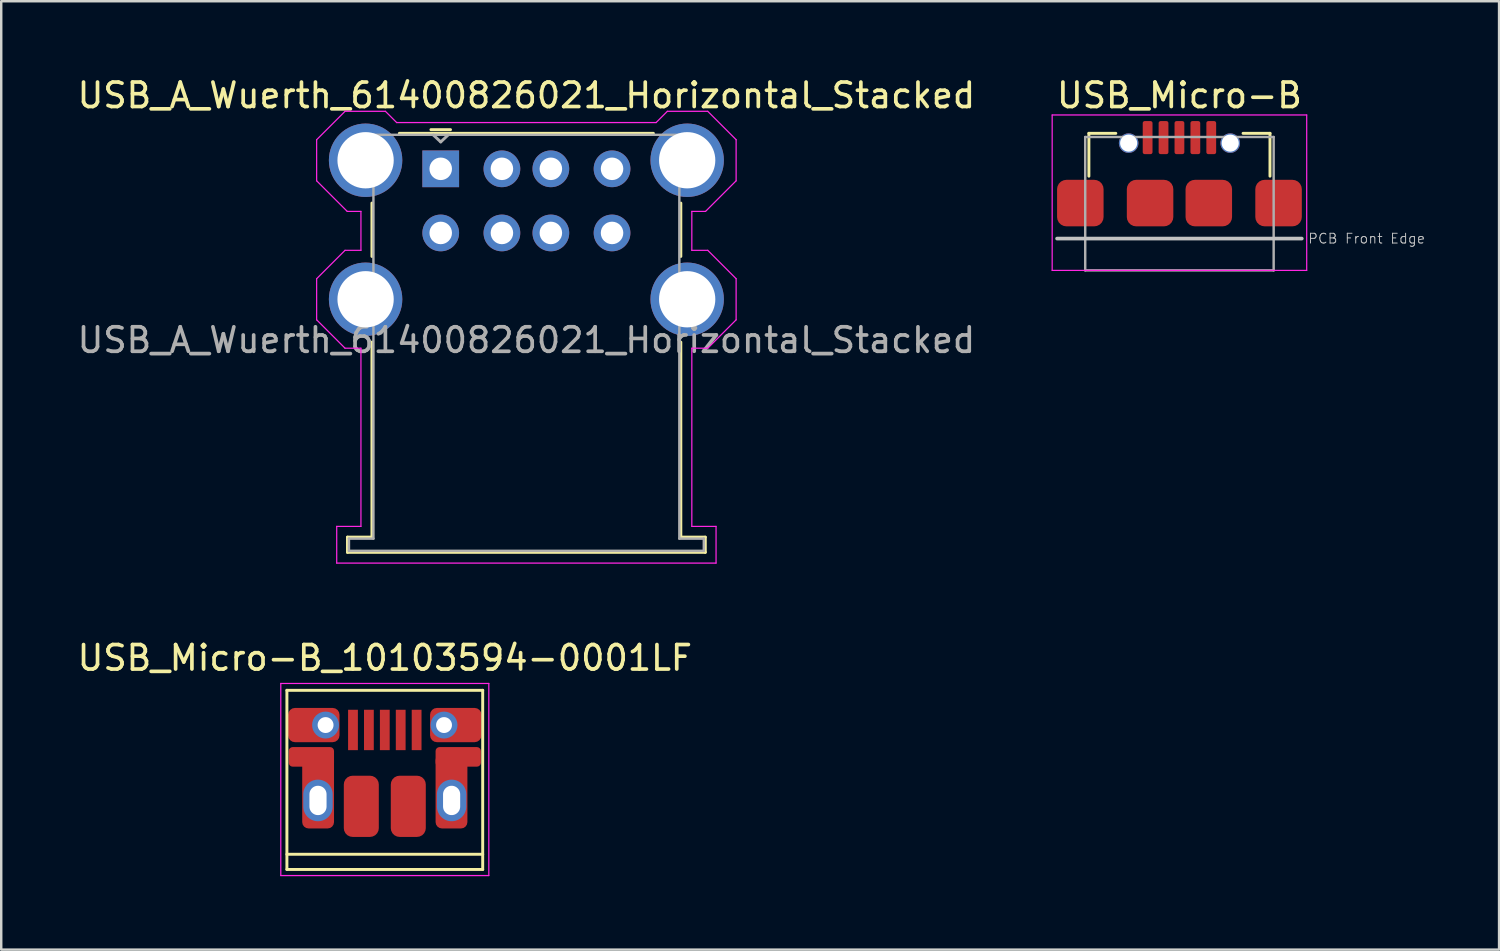
<source format=kicad_pcb>
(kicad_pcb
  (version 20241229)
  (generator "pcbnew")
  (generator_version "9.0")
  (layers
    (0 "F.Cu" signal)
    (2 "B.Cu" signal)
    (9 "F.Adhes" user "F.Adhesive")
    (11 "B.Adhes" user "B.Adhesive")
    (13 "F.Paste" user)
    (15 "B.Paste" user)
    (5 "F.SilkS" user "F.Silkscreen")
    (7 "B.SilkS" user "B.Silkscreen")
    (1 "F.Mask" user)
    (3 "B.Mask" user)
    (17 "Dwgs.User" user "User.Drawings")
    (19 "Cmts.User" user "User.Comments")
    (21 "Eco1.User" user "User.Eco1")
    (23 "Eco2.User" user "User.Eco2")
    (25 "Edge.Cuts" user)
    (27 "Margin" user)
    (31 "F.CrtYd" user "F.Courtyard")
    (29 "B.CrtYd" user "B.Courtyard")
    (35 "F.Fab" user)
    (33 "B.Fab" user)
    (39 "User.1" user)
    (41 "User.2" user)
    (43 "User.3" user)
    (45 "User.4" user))
  (footprint "USB_Micro-B"
    (layer "F.Cu")
    (at 45.142 5.248)
    (property "Reference" "USB_Micro-B" (at 0 -4.4 0) (layer "F.SilkS") (effects (font (size 1 1) (thickness 0.15))))
    (attr smd)
    (fp_line (start -3.7 -2.85) (end -2.6 -2.85) (stroke (width 0.12) (type solid)) (layer "F.SilkS"))
    (fp_line (start -3.7 -1.1) (end -3.7 -2.85) (stroke (width 0.12) (type solid)) (layer "F.SilkS"))
    (fp_line (start 3.7 -2.85) (end 2.6 -2.85) (stroke (width 0.12) (type solid)) (layer "F.SilkS"))
    (fp_line (start 3.7 -2.85) (end 3.7 -1.1) (stroke (width 0.12) (type solid)) (layer "F.SilkS"))
    (fp_line (start -5 1.45) (end 5 1.45) (stroke (width 0.15) (type solid)) (layer "Dwgs.User"))
    (fp_line (start -5.2 -3.6) (end 5.2 -3.6) (stroke (width 0.05) (type solid)) (layer "F.CrtYd"))
    (fp_line (start -5.2 2.75) (end -5.2 -3.6) (stroke (width 0.05) (type solid)) (layer "F.CrtYd"))
    (fp_line (start 5.2 -3.6) (end 5.2 2.75) (stroke (width 0.05) (type solid)) (layer "F.CrtYd"))
    (fp_line (start 5.2 2.75) (end -5.2 2.75) (stroke (width 0.05) (type solid)) (layer "F.CrtYd"))
    (fp_line (start -3.85 -2.7) (end 3.85 -2.7) (stroke (width 0.1) (type solid)) (layer "F.Fab"))
    (fp_line (start -3.85 2.75) (end -3.85 -2.7) (stroke (width 0.1) (type solid)) (layer "F.Fab"))
    (fp_line (start 3.85 -2.7) (end 3.85 2.75) (stroke (width 0.1) (type solid)) (layer "F.Fab"))
    (fp_line (start 3.85 2.75) (end -3.85 2.75) (stroke (width 0.1) (type solid)) (layer "F.Fab"))
    (fp_text user "PCB Front Edge" (at 7.65 1.45 180) (layer "Dwgs.User") (effects (font (size 0.4 0.4) (thickness 0.04))))
    (pad "" np_thru_hole circle (at -2.075 -2.45) (size 0.8 0.8) (drill 0.7) (layers "*.Cu" "*.Mask"))
    (pad "" np_thru_hole circle (at 2.075 -2.45) (size 0.8 0.8) (drill 0.7) (layers "*.Cu" "*.Mask"))
    (pad "1" smd roundrect (at -1.3 -2.675 90) (size 1.35 0.4) (layers "F.Cu" "F.Mask" "F.Paste") (roundrect_rratio 0.2))
    (pad "2" smd roundrect (at -0.65 -2.675 90) (size 1.35 0.4) (layers "F.Cu" "F.Mask" "F.Paste") (roundrect_rratio 0.2))
    (pad "3" smd roundrect (at 0 -2.675 90) (size 1.35 0.4) (layers "F.Cu" "F.Mask" "F.Paste") (roundrect_rratio 0.2))
    (pad "4" smd roundrect (at 0.65 -2.675 90) (size 1.35 0.4) (layers "F.Cu" "F.Mask" "F.Paste") (roundrect_rratio 0.2))
    (pad "5" smd roundrect (at 1.3 -2.675 90) (size 1.35 0.4) (layers "F.Cu" "F.Mask" "F.Paste") (roundrect_rratio 0.2))
    (pad "6" smd roundrect (at -4.05 0 90) (size 1.9 1.9) (layers "F.Cu" "F.Mask" "F.Paste") (roundrect_rratio 0.2))
    (pad "6" smd roundrect (at -1.2 0 90) (size 1.9 1.9) (layers "F.Cu" "F.Mask" "F.Paste") (roundrect_rratio 0.2))
    (pad "6" smd roundrect (at 1.2 0 90) (size 1.9 1.9) (layers "F.Cu" "F.Mask" "F.Paste") (roundrect_rratio 0.2))
    (pad "6" smd roundrect (at 4.05 0 90) (size 1.9 1.9) (layers "F.Cu" "F.Mask" "F.Paste") (roundrect_rratio 0.2)))
  (footprint "USB_A_Wuerth_61400826021_Horizontal_Stacked"
    (layer "F.Cu")
    (at 14.958 3.848)
    (property "Reference" "USB_A_Wuerth_61400826021_Horizontal_Stacked" (at 3.5 -3 0) (layer "F.SilkS") (effects (font (size 1 1) (thickness 0.15))))
    (attr through_hole)
    (fp_line (start -3.81 15.05) (end -2.81 15.05) (stroke (width 0.12) (type solid)) (layer "F.SilkS"))
    (fp_line (start -3.81 15.67) (end -3.81 15.05) (stroke (width 0.12) (type solid)) (layer "F.SilkS"))
    (fp_line (start -2.81 3.58) (end -2.81 1.4) (stroke (width 0.12) (type solid)) (layer "F.SilkS"))
    (fp_line (start -2.81 15.05) (end -2.81 7.08) (stroke (width 0.12) (type solid)) (layer "F.SilkS"))
    (fp_line (start -1.69 -1.45) (end 8.69 -1.45) (stroke (width 0.12) (type solid)) (layer "F.SilkS"))
    (fp_line (start 0.4 -1.6) (end -0.4 -1.6) (stroke (width 0.12) (type solid)) (layer "F.SilkS"))
    (fp_line (start 9.81 3.58) (end 9.81 1.4) (stroke (width 0.12) (type solid)) (layer "F.SilkS"))
    (fp_line (start 9.81 7.08) (end 9.81 15.05) (stroke (width 0.12) (type solid)) (layer "F.SilkS"))
    (fp_line (start 9.81 15.05) (end 10.81 15.05) (stroke (width 0.12) (type solid)) (layer "F.SilkS"))
    (fp_line (start 10.81 15.05) (end 10.81 15.67) (stroke (width 0.12) (type solid)) (layer "F.SilkS"))
    (fp_line (start 10.81 15.67) (end -3.81 15.67) (stroke (width 0.12) (type solid)) (layer "F.SilkS"))
    (fp_line (start -5.07 -1.19) (end -5.07 0.49) (stroke (width 0.05) (type solid)) (layer "F.CrtYd"))
    (fp_line (start -5.07 0.49) (end -3.82 1.74) (stroke (width 0.05) (type solid)) (layer "F.CrtYd"))
    (fp_line (start -5.07 4.49) (end -5.07 6.17) (stroke (width 0.05) (type solid)) (layer "F.CrtYd"))
    (fp_line (start -5.07 6.17) (end -3.91 7.33) (stroke (width 0.05) (type solid)) (layer "F.CrtYd"))
    (fp_line (start -4.25 14.61) (end -4.25 16.11) (stroke (width 0.05) (type solid)) (layer "F.CrtYd"))
    (fp_line (start -4.25 16.11) (end 11.25 16.11) (stroke (width 0.05) (type solid)) (layer "F.CrtYd"))
    (fp_line (start -3.91 -2.35) (end -5.07 -1.19) (stroke (width 0.05) (type solid)) (layer "F.CrtYd"))
    (fp_line (start -3.91 3.33) (end -5.07 4.49) (stroke (width 0.05) (type solid)) (layer "F.CrtYd"))
    (fp_line (start -3.91 3.33) (end -3.26 3.33) (stroke (width 0.05) (type solid)) (layer "F.CrtYd"))
    (fp_line (start -3.82 1.74) (end -3.26 1.74) (stroke (width 0.05) (type solid)) (layer "F.CrtYd"))
    (fp_line (start -3.26 1.74) (end -3.26 3.33) (stroke (width 0.05) (type solid)) (layer "F.CrtYd"))
    (fp_line (start -3.26 7.33) (end -3.91 7.33) (stroke (width 0.05) (type solid)) (layer "F.CrtYd"))
    (fp_line (start -3.26 7.33) (end -3.26 14.61) (stroke (width 0.05) (type solid)) (layer "F.CrtYd"))
    (fp_line (start -3.26 14.61) (end -4.25 14.61) (stroke (width 0.05) (type solid)) (layer "F.CrtYd"))
    (fp_line (start -2.26 -2.35) (end -3.91 -2.35) (stroke (width 0.05) (type solid)) (layer "F.CrtYd"))
    (fp_line (start -2.26 -2.35) (end -1.8 -1.89) (stroke (width 0.05) (type solid)) (layer "F.CrtYd"))
    (fp_line (start 8.8 -1.89) (end -1.8 -1.89) (stroke (width 0.05) (type solid)) (layer "F.CrtYd"))
    (fp_line (start 9.26 -2.35) (end 8.8 -1.89) (stroke (width 0.05) (type solid)) (layer "F.CrtYd"))
    (fp_line (start 10.26 1.74) (end 10.26 3.33) (stroke (width 0.05) (type solid)) (layer "F.CrtYd"))
    (fp_line (start 10.26 1.74) (end 10.82 1.74) (stroke (width 0.05) (type solid)) (layer "F.CrtYd"))
    (fp_line (start 10.26 3.33) (end 10.91 3.33) (stroke (width 0.05) (type solid)) (layer "F.CrtYd"))
    (fp_line (start 10.26 7.33) (end 10.26 14.61) (stroke (width 0.05) (type solid)) (layer "F.CrtYd"))
    (fp_line (start 10.26 7.33) (end 10.91 7.33) (stroke (width 0.05) (type solid)) (layer "F.CrtYd"))
    (fp_line (start 10.26 14.61) (end 11.25 14.61) (stroke (width 0.05) (type solid)) (layer "F.CrtYd"))
    (fp_line (start 10.91 -2.35) (end 9.26 -2.35) (stroke (width 0.05) (type solid)) (layer "F.CrtYd"))
    (fp_line (start 10.91 -2.35) (end 12.07 -1.19) (stroke (width 0.05) (type solid)) (layer "F.CrtYd"))
    (fp_line (start 10.91 3.33) (end 12.07 4.49) (stroke (width 0.05) (type solid)) (layer "F.CrtYd"))
    (fp_line (start 11.25 14.61) (end 11.25 16.11) (stroke (width 0.05) (type solid)) (layer "F.CrtYd"))
    (fp_line (start 12.07 -1.19) (end 12.07 0.49) (stroke (width 0.05) (type solid)) (layer "F.CrtYd"))
    (fp_line (start 12.07 0.49) (end 10.82 1.74) (stroke (width 0.05) (type solid)) (layer "F.CrtYd"))
    (fp_line (start 12.07 4.49) (end 12.07 6.17) (stroke (width 0.05) (type solid)) (layer "F.CrtYd"))
    (fp_line (start 12.07 6.17) (end 10.91 7.33) (stroke (width 0.05) (type solid)) (layer "F.CrtYd"))
    (fp_line (start -3.75 15.11) (end -3.75 15.61) (stroke (width 0.1) (type solid)) (layer "F.Fab"))
    (fp_line (start -2.75 -1.39) (end -2.75 15.11) (stroke (width 0.1) (type solid)) (layer "F.Fab"))
    (fp_line (start -2.75 15.11) (end -3.75 15.11) (stroke (width 0.1) (type solid)) (layer "F.Fab"))
    (fp_line (start 0 -1.1) (end -0.3 -1.38) (stroke (width 0.12) (type solid)) (layer "F.Fab"))
    (fp_line (start 0 -1.1) (end 0.3 -1.38) (stroke (width 0.12) (type solid)) (layer "F.Fab"))
    (fp_line (start 9.75 -1.39) (end -2.75 -1.39) (stroke (width 0.1) (type solid)) (layer "F.Fab"))
    (fp_line (start 9.75 -1.39) (end 9.75 15.11) (stroke (width 0.1) (type solid)) (layer "F.Fab"))
    (fp_line (start 9.75 15.11) (end 10.75 15.11) (stroke (width 0.1) (type solid)) (layer "F.Fab"))
    (fp_line (start 10.75 15.11) (end 10.75 15.61) (stroke (width 0.1) (type solid)) (layer "F.Fab"))
    (fp_line (start 10.75 15.61) (end -3.75 15.61) (stroke (width 0.1) (type solid)) (layer "F.Fab"))
    (fp_text user "${REFERENCE}" (at 3.5 7 0) (layer "F.Fab") (effects (font (size 1 1) (thickness 0.15))))
    (pad "1" thru_hole rect (at 0 0) (size 1.5 1.5) (drill 0.92) (layers "*.Cu" "*.Mask"))
    (pad "2" thru_hole circle (at 2.5 0) (size 1.5 1.5) (drill 0.92) (layers "*.Cu" "*.Mask"))
    (pad "3" thru_hole circle (at 4.5 0) (size 1.5 1.5) (drill 0.92) (layers "*.Cu" "*.Mask"))
    (pad "4" thru_hole circle (at 7 0) (size 1.5 1.5) (drill 0.92) (layers "*.Cu" "*.Mask"))
    (pad "5" thru_hole circle (at 0 2.62) (size 1.5 1.5) (drill 0.92) (layers "*.Cu" "*.Mask"))
    (pad "6" thru_hole circle (at 2.5 2.62) (size 1.5 1.5) (drill 0.92) (layers "*.Cu" "*.Mask"))
    (pad "7" thru_hole circle (at 4.5 2.62) (size 1.5 1.5) (drill 0.92) (layers "*.Cu" "*.Mask"))
    (pad "8" thru_hole circle (at 7 2.62) (size 1.5 1.5) (drill 0.92) (layers "*.Cu" "*.Mask"))
    (pad "9" thru_hole circle (at -3.07 -0.35) (size 3 3) (drill 2.3) (layers "*.Cu" "*.Mask"))
    (pad "9" thru_hole circle (at -3.07 5.33) (size 3 3) (drill 2.3) (layers "*.Cu" "*.Mask"))
    (pad "9" thru_hole circle (at 10.07 -0.35) (size 3 3) (drill 2.3) (layers "*.Cu" "*.Mask"))
    (pad "9" thru_hole circle (at 10.07 5.33) (size 3 3) (drill 2.3) (layers "*.Cu" "*.Mask")))
  (footprint "USB_Micro-B_10103594-0001LF"
    (layer "F.Cu")
    (at 12.673 28.276)
    (property "Reference" "USB_Micro-B_10103594-0001LF" (at 0 -4.445 0) (layer "F.SilkS") (effects (font (size 1 1) (thickness 0.15))))
    (attr smd)
    (fp_line (start -4 -3.12) (end 4 -3.12) (stroke (width 0.12) (type solid)) (layer "F.SilkS"))
    (fp_line (start -4 4.2) (end -4 -3.12) (stroke (width 0.12) (type solid)) (layer "F.SilkS"))
    (fp_line (start -4 4.2) (end 4 4.2) (stroke (width 0.12) (type solid)) (layer "F.SilkS"))
    (fp_line (start 4 -3.12) (end 4 4.2) (stroke (width 0.12) (type solid)) (layer "F.SilkS"))
    (fp_line (start 4 3.58) (end -4 3.58) (stroke (width 0.12) (type solid)) (layer "F.SilkS"))
    (fp_line (start -4.25 -3.4) (end 4.25 -3.4) (stroke (width 0.05) (type solid)) (layer "F.CrtYd"))
    (fp_line (start -4.25 4.45) (end -4.25 -3.4) (stroke (width 0.05) (type solid)) (layer "F.CrtYd"))
    (fp_line (start 4.25 -3.4) (end 4.25 4.45) (stroke (width 0.05) (type solid)) (layer "F.CrtYd"))
    (fp_line (start 4.25 4.45) (end -4.25 4.45) (stroke (width 0.05) (type solid)) (layer "F.CrtYd"))
    (pad "1" smd rect (at -1.3 -1.5 90) (size 1.65 0.4) (layers "F.Cu" "F.Mask" "F.Paste"))
    (pad "2" smd rect (at -0.65 -1.5 90) (size 1.65 0.4) (layers "F.Cu" "F.Mask" "F.Paste"))
    (pad "3" smd rect (at 0 -1.5 90) (size 1.65 0.4) (layers "F.Cu" "F.Mask" "F.Paste"))
    (pad "4" smd rect (at 0.65 -1.5 90) (size 1.65 0.4) (layers "F.Cu" "F.Mask" "F.Paste"))
    (pad "5" smd rect (at 1.3 -1.5 90) (size 1.65 0.4) (layers "F.Cu" "F.Mask" "F.Paste"))
    (pad "6" smd roundrect (at -3 -0.4) (size 1.85 0.8) (layers "F.Cu" "F.Mask" "F.Paste") (roundrect_rratio 0.2))
    (pad "6" smd roundrect (at -2.9 -1.7) (size 2.1 1.4) (layers "F.Cu" "F.Mask" "F.Paste") (roundrect_rratio 0.2))
    (pad "6" thru_hole oval (at -2.73 1.38 90) (size 1.7 1.2) (drill oval 1.2 0.7) (layers "*.Cu" "*.Mask"))
    (pad "6" smd roundrect (at -2.725 1 90) (size 3.05 1.3) (layers "F.Cu" "F.Mask" "F.Paste") (roundrect_rratio 0.2))
    (pad "6" thru_hole circle (at -2.42 -1.7 90) (size 1.1 1.1) (drill 0.65) (layers "*.Cu" "*.Mask"))
    (pad "6" smd roundrect (at -0.96 1.62 90) (size 2.5 1.43) (layers "F.Cu" "F.Mask" "F.Paste") (roundrect_rratio 0.25))
    (pad "6" smd roundrect (at 0.96 1.62 90) (size 2.5 1.43) (layers "F.Cu" "F.Mask" "F.Paste") (roundrect_rratio 0.25))
    (pad "6" thru_hole circle (at 2.42 -1.7 90) (size 1.1 1.1) (drill 0.65) (layers "*.Cu" "*.Mask"))
    (pad "6" smd roundrect (at 2.725 1 90) (size 3.05 1.3) (layers "F.Cu" "F.Mask" "F.Paste") (roundrect_rratio 0.2))
    (pad "6" thru_hole oval (at 2.73 1.38 90) (size 1.7 1.2) (drill oval 1.2 0.7) (layers "*.Cu" "*.Mask"))
    (pad "6" smd roundrect (at 2.9 -1.7) (size 2.1 1.4) (layers "F.Cu" "F.Mask" "F.Paste") (roundrect_rratio 0.2))
    (pad "6" smd roundrect (at 3 -0.4) (size 1.85 0.8) (layers "F.Cu" "F.Mask" "F.Paste") (roundrect_rratio 0.2)))
  (gr_rect
    (start -3 -3)
    (end 58.202 35.752)
    (stroke (width 0.1) (type default))
    (fill no)
    (layer "Edge.Cuts")))
</source>
